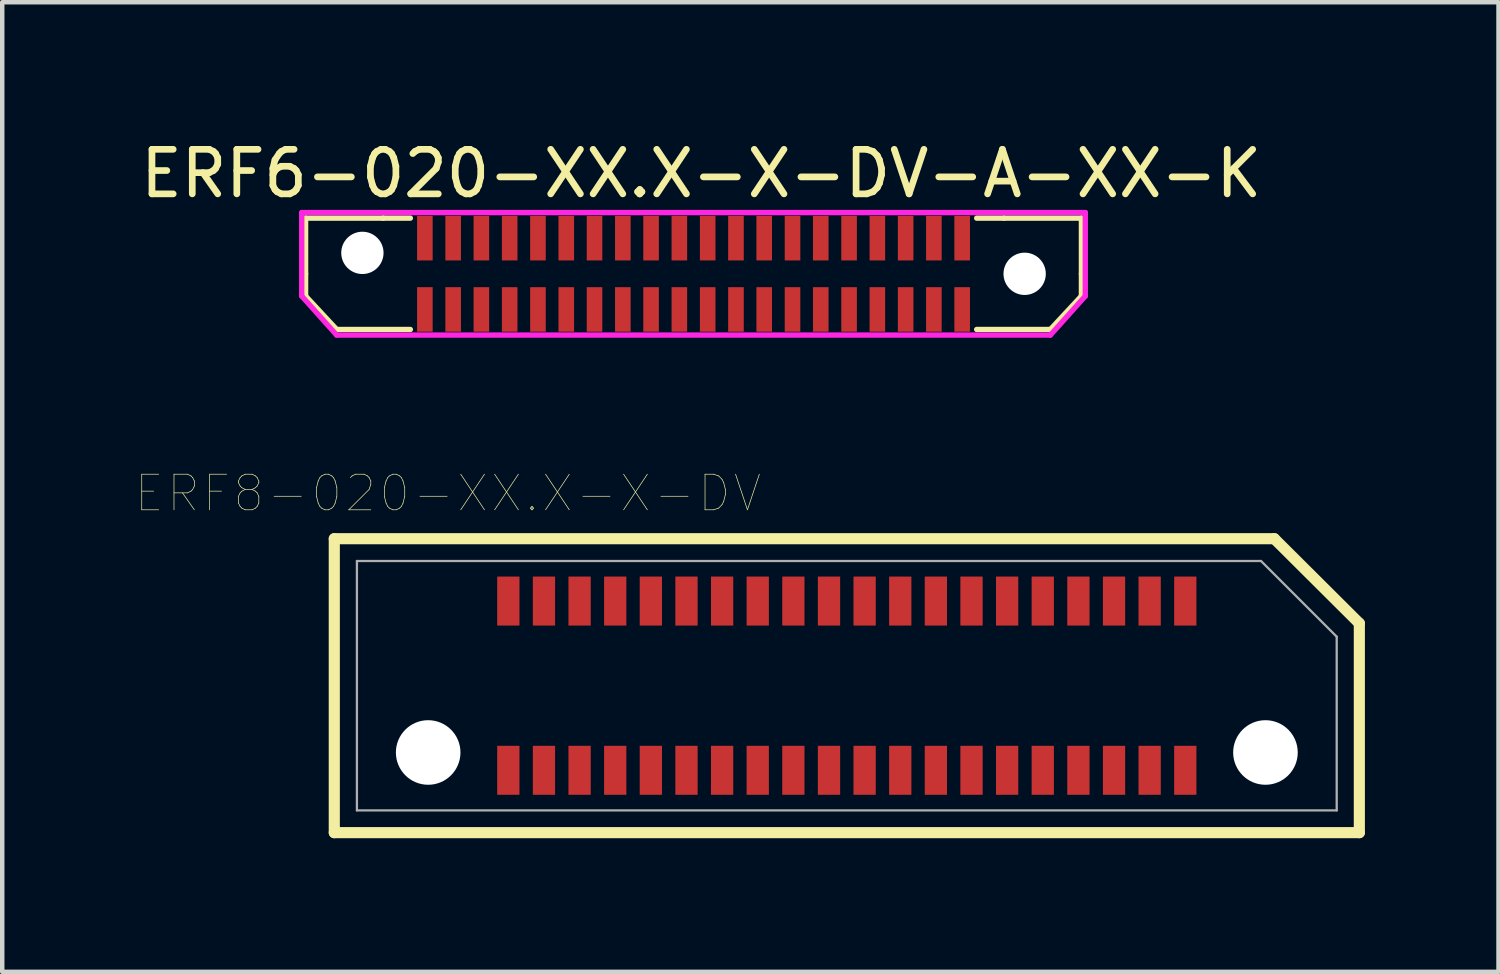
<source format=kicad_pcb>
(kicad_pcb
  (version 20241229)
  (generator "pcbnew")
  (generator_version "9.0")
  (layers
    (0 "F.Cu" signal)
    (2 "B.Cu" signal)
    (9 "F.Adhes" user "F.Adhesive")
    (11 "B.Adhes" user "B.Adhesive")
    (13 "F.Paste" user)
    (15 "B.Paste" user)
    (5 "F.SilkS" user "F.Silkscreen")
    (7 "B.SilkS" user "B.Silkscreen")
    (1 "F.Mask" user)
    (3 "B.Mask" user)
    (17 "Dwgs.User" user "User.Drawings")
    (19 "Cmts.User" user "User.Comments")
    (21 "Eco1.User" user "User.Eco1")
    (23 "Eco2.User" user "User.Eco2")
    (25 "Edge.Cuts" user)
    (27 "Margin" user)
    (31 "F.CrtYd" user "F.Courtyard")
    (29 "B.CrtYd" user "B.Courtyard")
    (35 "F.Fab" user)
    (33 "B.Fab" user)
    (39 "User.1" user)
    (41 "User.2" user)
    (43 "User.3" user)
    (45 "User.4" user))
  (footprint "ERF8-020-XX.X-X-DV"
    (layer "F.Cu")
    (at 15.964 12.346)
    (property "Reference" "ERF8-020-XX.X-X-DV" (at -8.955 -4.318 0) (layer "F.SilkS") (effects (font (size 0.8 0.8) (thickness 0.015))))
    (attr through_hole)
    (fp_line (start -11.508 -3.3) (end -11.508 3.3) (stroke (width 0.25) (type solid)) (layer "F.SilkS"))
    (fp_line (start -11.508 3.3) (end 11.508 3.3) (stroke (width 0.25) (type solid)) (layer "F.SilkS"))
    (fp_line (start 9.6 -3.3) (end -11.508 -3.3) (stroke (width 0.25) (type solid)) (layer "F.SilkS"))
    (fp_line (start 11.508 -1.4) (end 9.6 -3.3) (stroke (width 0.25) (type solid)) (layer "F.SilkS"))
    (fp_line (start 11.508 3.3) (end 11.508 -1.4) (stroke (width 0.25) (type solid)) (layer "F.SilkS"))
    (fp_line (start -11 -2.8) (end -11 2.8) (stroke (width 0.051) (type solid)) (layer "F.Fab"))
    (fp_line (start -11 2.8) (end 11 2.8) (stroke (width 0.051) (type solid)) (layer "F.Fab"))
    (fp_line (start 9.3 -2.8) (end -11 -2.8) (stroke (width 0.051) (type solid)) (layer "F.Fab"))
    (fp_line (start 11 -1.1) (end 9.3 -2.8) (stroke (width 0.051) (type solid)) (layer "F.Fab"))
    (fp_line (start 11 2.8) (end 11 -1.1) (stroke (width 0.051) (type solid)) (layer "F.Fab"))
    (pad "" np_thru_hole circle (at -9.4 1.5) (size 1.45 1.45) (drill 1.45) (layers "*.Cu" "*.Mask"))
    (pad "" np_thru_hole circle (at 9.4 1.5) (size 1.45 1.45) (drill 1.45) (layers "*.Cu" "*.Mask"))
    (pad "1" smd rect (at 7.6 -1.9) (size 0.5 1.1) (layers "F.Cu" "F.Mask" "F.Paste"))
    (pad "2" smd rect (at 7.6 1.9) (size 0.5 1.1) (layers "F.Cu" "F.Mask" "F.Paste"))
    (pad "3" smd rect (at 6.8 -1.9) (size 0.5 1.1) (layers "F.Cu" "F.Mask" "F.Paste"))
    (pad "4" smd rect (at 6.8 1.9) (size 0.5 1.1) (layers "F.Cu" "F.Mask" "F.Paste"))
    (pad "5" smd rect (at 6 -1.9) (size 0.5 1.1) (layers "F.Cu" "F.Mask" "F.Paste"))
    (pad "6" smd rect (at 6 1.9) (size 0.5 1.1) (layers "F.Cu" "F.Mask" "F.Paste"))
    (pad "7" smd rect (at 5.2 -1.9) (size 0.5 1.1) (layers "F.Cu" "F.Mask" "F.Paste"))
    (pad "8" smd rect (at 5.2 1.9) (size 0.5 1.1) (layers "F.Cu" "F.Mask" "F.Paste"))
    (pad "9" smd rect (at 4.4 -1.9) (size 0.5 1.1) (layers "F.Cu" "F.Mask" "F.Paste"))
    (pad "10" smd rect (at 4.4 1.9) (size 0.5 1.1) (layers "F.Cu" "F.Mask" "F.Paste"))
    (pad "11" smd rect (at 3.6 -1.9) (size 0.5 1.1) (layers "F.Cu" "F.Mask" "F.Paste"))
    (pad "12" smd rect (at 3.6 1.9) (size 0.5 1.1) (layers "F.Cu" "F.Mask" "F.Paste"))
    (pad "13" smd rect (at 2.8 -1.9) (size 0.5 1.1) (layers "F.Cu" "F.Mask" "F.Paste"))
    (pad "14" smd rect (at 2.8 1.9) (size 0.5 1.1) (layers "F.Cu" "F.Mask" "F.Paste"))
    (pad "15" smd rect (at 2 -1.9) (size 0.5 1.1) (layers "F.Cu" "F.Mask" "F.Paste"))
    (pad "16" smd rect (at 2 1.9) (size 0.5 1.1) (layers "F.Cu" "F.Mask" "F.Paste"))
    (pad "17" smd rect (at 1.2 -1.9) (size 0.5 1.1) (layers "F.Cu" "F.Mask" "F.Paste"))
    (pad "18" smd rect (at 1.2 1.9) (size 0.5 1.1) (layers "F.Cu" "F.Mask" "F.Paste"))
    (pad "19" smd rect (at 0.4 -1.9) (size 0.5 1.1) (layers "F.Cu" "F.Mask" "F.Paste"))
    (pad "20" smd rect (at 0.4 1.9) (size 0.5 1.1) (layers "F.Cu" "F.Mask" "F.Paste"))
    (pad "21" smd rect (at -0.4 -1.9) (size 0.5 1.1) (layers "F.Cu" "F.Mask" "F.Paste"))
    (pad "22" smd rect (at -0.4 1.9) (size 0.5 1.1) (layers "F.Cu" "F.Mask" "F.Paste"))
    (pad "23" smd rect (at -1.2 -1.9) (size 0.5 1.1) (layers "F.Cu" "F.Mask" "F.Paste"))
    (pad "24" smd rect (at -1.2 1.9) (size 0.5 1.1) (layers "F.Cu" "F.Mask" "F.Paste"))
    (pad "25" smd rect (at -2 -1.9) (size 0.5 1.1) (layers "F.Cu" "F.Mask" "F.Paste"))
    (pad "26" smd rect (at -2 1.9) (size 0.5 1.1) (layers "F.Cu" "F.Mask" "F.Paste"))
    (pad "27" smd rect (at -2.8 -1.9) (size 0.5 1.1) (layers "F.Cu" "F.Mask" "F.Paste"))
    (pad "28" smd rect (at -2.8 1.9) (size 0.5 1.1) (layers "F.Cu" "F.Mask" "F.Paste"))
    (pad "29" smd rect (at -3.6 -1.9) (size 0.5 1.1) (layers "F.Cu" "F.Mask" "F.Paste"))
    (pad "30" smd rect (at -3.6 1.9) (size 0.5 1.1) (layers "F.Cu" "F.Mask" "F.Paste"))
    (pad "31" smd rect (at -4.4 -1.9) (size 0.5 1.1) (layers "F.Cu" "F.Mask" "F.Paste"))
    (pad "32" smd rect (at -4.4 1.9) (size 0.5 1.1) (layers "F.Cu" "F.Mask" "F.Paste"))
    (pad "33" smd rect (at -5.2 -1.9) (size 0.5 1.1) (layers "F.Cu" "F.Mask" "F.Paste"))
    (pad "34" smd rect (at -5.2 1.9) (size 0.5 1.1) (layers "F.Cu" "F.Mask" "F.Paste"))
    (pad "35" smd rect (at -6 -1.9) (size 0.5 1.1) (layers "F.Cu" "F.Mask" "F.Paste"))
    (pad "36" smd rect (at -6 1.9) (size 0.5 1.1) (layers "F.Cu" "F.Mask" "F.Paste"))
    (pad "37" smd rect (at -6.8 -1.9) (size 0.5 1.1) (layers "F.Cu" "F.Mask" "F.Paste"))
    (pad "38" smd rect (at -6.8 1.9) (size 0.5 1.1) (layers "F.Cu" "F.Mask" "F.Paste"))
    (pad "39" smd rect (at -7.6 -1.9) (size 0.5 1.1) (layers "F.Cu" "F.Mask" "F.Paste"))
    (pad "40" smd rect (at -7.6 1.9) (size 0.5 1.1) (layers "F.Cu" "F.Mask" "F.Paste")))
  (footprint "ERF6-020-XX.X-X-DV-A-XX-K"
    (layer "F.Cu")
    (at 12.522 3.098)
    (property "Reference" "ERF6-020-XX.X-X-DV-A-XX-K" (at 0.174 -2.25 0) (layer "F.SilkS") (effects (font (size 1 1) (thickness 0.15))))
    (attr through_hole)
    (fp_line (start -8.71 -1.25) (end -8.71 0) (stroke (width 0.12) (type solid)) (layer "F.SilkS"))
    (fp_line (start -8.71 -1.25) (end -6.968 -1.25) (stroke (width 0.12) (type solid)) (layer "F.SilkS"))
    (fp_line (start -8.71 0) (end -8.71 0.5) (stroke (width 0.12) (type solid)) (layer "F.SilkS"))
    (fp_line (start -8.013 1.25) (end -8.71 0.5) (stroke (width 0.12) (type solid)) (layer "F.SilkS"))
    (fp_line (start -8.013 1.25) (end -6.358 1.25) (stroke (width 0.12) (type solid)) (layer "F.SilkS"))
    (fp_line (start -6.968 -1.25) (end -6.358 -1.25) (stroke (width 0.12) (type solid)) (layer "F.SilkS"))
    (fp_line (start 6.968 -1.25) (end 6.358 -1.25) (stroke (width 0.12) (type solid)) (layer "F.SilkS"))
    (fp_line (start 6.968 -1.25) (end 8.71 -1.25) (stroke (width 0.12) (type solid)) (layer "F.SilkS"))
    (fp_line (start 8.013 1.25) (end 6.358 1.25) (stroke (width 0.12) (type solid)) (layer "F.SilkS"))
    (fp_line (start 8.013 1.25) (end 8.71 0.5) (stroke (width 0.12) (type solid)) (layer "F.SilkS"))
    (fp_line (start 8.71 -1.25) (end 8.71 0) (stroke (width 0.12) (type solid)) (layer "F.SilkS"))
    (fp_line (start 8.71 0) (end 8.71 0.5) (stroke (width 0.12) (type solid)) (layer "F.SilkS"))
    (fp_line (start -8.797 -1.375) (end 8.797 -1.375) (stroke (width 0.12) (type solid)) (layer "F.CrtYd"))
    (fp_line (start -8.797 0.5) (end -8.797 -1.375) (stroke (width 0.12) (type solid)) (layer "F.CrtYd"))
    (fp_line (start -8.013 1.375) (end -8.797 0.5) (stroke (width 0.12) (type solid)) (layer "F.CrtYd"))
    (fp_line (start 8.013 1.375) (end -8.013 1.375) (stroke (width 0.12) (type solid)) (layer "F.CrtYd"))
    (fp_line (start 8.797 -1.375) (end 8.797 0.5) (stroke (width 0.12) (type solid)) (layer "F.CrtYd"))
    (fp_line (start 8.797 0.5) (end 8.013 1.375) (stroke (width 0.12) (type solid)) (layer "F.CrtYd"))
    (pad "" np_thru_hole circle (at -7.435 -0.47) (size 0.95 0.95) (drill 0.95) (layers "*.Cu" "*.Mask"))
    (pad "" np_thru_hole circle (at 7.435 0) (size 0.95 0.95) (drill 0.95) (layers "*.Cu" "*.Mask"))
    (pad "1" smd rect (at -6.032 -0.8) (size 0.35 1) (layers "F.Cu" "F.Mask" "F.Paste"))
    (pad "2" smd rect (at -5.397 -0.8) (size 0.35 1) (layers "F.Cu" "F.Mask" "F.Paste"))
    (pad "3" smd rect (at -4.763 -0.8) (size 0.35 1) (layers "F.Cu" "F.Mask" "F.Paste"))
    (pad "4" smd rect (at -4.128 -0.8) (size 0.35 1) (layers "F.Cu" "F.Mask" "F.Paste"))
    (pad "5" smd rect (at -3.493 -0.8) (size 0.35 1) (layers "F.Cu" "F.Mask" "F.Paste"))
    (pad "6" smd rect (at -2.857 -0.8) (size 0.35 1) (layers "F.Cu" "F.Mask" "F.Paste"))
    (pad "7" smd rect (at -2.223 -0.8) (size 0.35 1) (layers "F.Cu" "F.Mask" "F.Paste"))
    (pad "8" smd rect (at -1.587 -0.8) (size 0.35 1) (layers "F.Cu" "F.Mask" "F.Paste"))
    (pad "9" smd rect (at -0.953 -0.8) (size 0.35 1) (layers "F.Cu" "F.Mask" "F.Paste"))
    (pad "10" smd rect (at -0.318 -0.8) (size 0.35 1) (layers "F.Cu" "F.Mask" "F.Paste"))
    (pad "11" smd rect (at 0.318 -0.8) (size 0.35 1) (layers "F.Cu" "F.Mask" "F.Paste"))
    (pad "12" smd rect (at 0.953 -0.8) (size 0.35 1) (layers "F.Cu" "F.Mask" "F.Paste"))
    (pad "13" smd rect (at 1.587 -0.8) (size 0.35 1) (layers "F.Cu" "F.Mask" "F.Paste"))
    (pad "14" smd rect (at 2.223 -0.8) (size 0.35 1) (layers "F.Cu" "F.Mask" "F.Paste"))
    (pad "15" smd rect (at 2.857 -0.8) (size 0.35 1) (layers "F.Cu" "F.Mask" "F.Paste"))
    (pad "16" smd rect (at 3.493 -0.8) (size 0.35 1) (layers "F.Cu" "F.Mask" "F.Paste"))
    (pad "17" smd rect (at 4.128 -0.8) (size 0.35 1) (layers "F.Cu" "F.Mask" "F.Paste"))
    (pad "18" smd rect (at 4.763 -0.8) (size 0.35 1) (layers "F.Cu" "F.Mask" "F.Paste"))
    (pad "19" smd rect (at 5.397 -0.8) (size 0.35 1) (layers "F.Cu" "F.Mask" "F.Paste"))
    (pad "20" smd rect (at 6.032 -0.8) (size 0.35 1) (layers "F.Cu" "F.Mask" "F.Paste"))
    (pad "21" smd rect (at 6.032 0.8) (size 0.35 1) (layers "F.Cu" "F.Mask" "F.Paste"))
    (pad "22" smd rect (at 5.397 0.8) (size 0.35 1) (layers "F.Cu" "F.Mask" "F.Paste"))
    (pad "23" smd rect (at 4.763 0.8) (size 0.35 1) (layers "F.Cu" "F.Mask" "F.Paste"))
    (pad "24" smd rect (at 4.128 0.8) (size 0.35 1) (layers "F.Cu" "F.Mask" "F.Paste"))
    (pad "25" smd rect (at 3.493 0.8) (size 0.35 1) (layers "F.Cu" "F.Mask" "F.Paste"))
    (pad "26" smd rect (at 2.857 0.8) (size 0.35 1) (layers "F.Cu" "F.Mask" "F.Paste"))
    (pad "27" smd rect (at 2.223 0.8) (size 0.35 1) (layers "F.Cu" "F.Mask" "F.Paste"))
    (pad "28" smd rect (at 1.587 0.8) (size 0.35 1) (layers "F.Cu" "F.Mask" "F.Paste"))
    (pad "29" smd rect (at 0.953 0.8) (size 0.35 1) (layers "F.Cu" "F.Mask" "F.Paste"))
    (pad "30" smd rect (at 0.318 0.8) (size 0.35 1) (layers "F.Cu" "F.Mask" "F.Paste"))
    (pad "31" smd rect (at -0.318 0.8) (size 0.35 1) (layers "F.Cu" "F.Mask" "F.Paste"))
    (pad "32" smd rect (at -0.953 0.8) (size 0.35 1) (layers "F.Cu" "F.Mask" "F.Paste"))
    (pad "33" smd rect (at -1.587 0.8) (size 0.35 1) (layers "F.Cu" "F.Mask" "F.Paste"))
    (pad "34" smd rect (at -2.223 0.8) (size 0.35 1) (layers "F.Cu" "F.Mask" "F.Paste"))
    (pad "35" smd rect (at -2.857 0.8) (size 0.35 1) (layers "F.Cu" "F.Mask" "F.Paste"))
    (pad "36" smd rect (at -3.493 0.8) (size 0.35 1) (layers "F.Cu" "F.Mask" "F.Paste"))
    (pad "37" smd rect (at -4.128 0.8) (size 0.35 1) (layers "F.Cu" "F.Mask" "F.Paste"))
    (pad "38" smd rect (at -4.763 0.8) (size 0.35 1) (layers "F.Cu" "F.Mask" "F.Paste"))
    (pad "39" smd rect (at -5.397 0.8) (size 0.35 1) (layers "F.Cu" "F.Mask" "F.Paste"))
    (pad "40" smd rect (at -6.032 0.8) (size 0.35 1) (layers "F.Cu" "F.Mask" "F.Paste")))
  (gr_rect
    (start -3 -3)
    (end 30.597 18.771)
    (stroke (width 0.1) (type default))
    (fill no)
    (layer "Edge.Cuts")))
</source>
